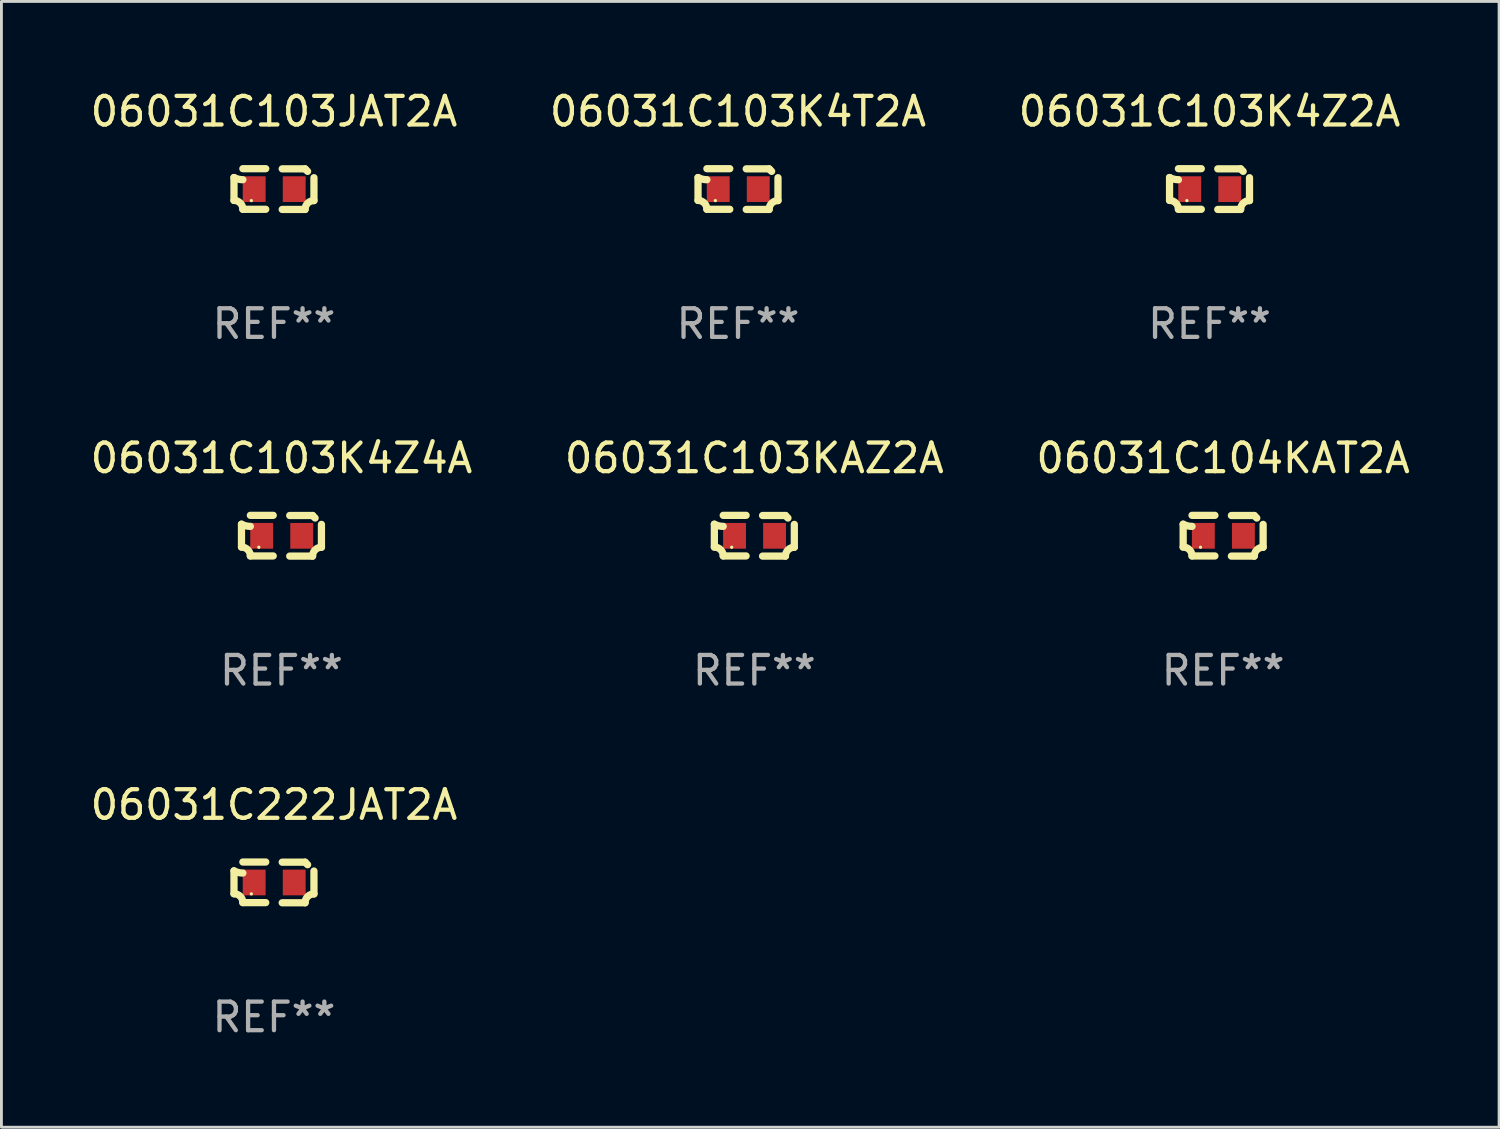
<source format=kicad_pcb>
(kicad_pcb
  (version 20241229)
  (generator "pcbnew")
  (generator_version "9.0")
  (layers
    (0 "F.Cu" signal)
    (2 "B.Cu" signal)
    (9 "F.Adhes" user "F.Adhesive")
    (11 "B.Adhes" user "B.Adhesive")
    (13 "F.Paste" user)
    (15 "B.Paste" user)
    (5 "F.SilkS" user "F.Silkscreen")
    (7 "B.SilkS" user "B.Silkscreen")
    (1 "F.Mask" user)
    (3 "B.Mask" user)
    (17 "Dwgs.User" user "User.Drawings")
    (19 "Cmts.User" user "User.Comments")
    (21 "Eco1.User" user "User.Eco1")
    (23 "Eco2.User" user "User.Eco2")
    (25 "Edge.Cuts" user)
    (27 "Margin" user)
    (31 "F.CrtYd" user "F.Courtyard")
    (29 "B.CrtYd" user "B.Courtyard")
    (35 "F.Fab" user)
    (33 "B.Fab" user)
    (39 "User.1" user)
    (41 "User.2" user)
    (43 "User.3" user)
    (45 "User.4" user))
  (footprint "06031C103KAZ2A"
    (layer "F.Cu")
    (at 23.327 15.683)
    (property "Reference" "06031C103KAZ2A" (at 0 -2.713 0) (layer "F.SilkS") (effects (font (size 1 1) (thickness 0.15))))
    (attr through_hole)
    (fp_line (start -1.398 -0.403) (end -1.398 0.397) (stroke (width 0.254) (type solid)) (layer "F.SilkS"))
    (fp_line (start -0.288 -0.713) (end -1.088 -0.713) (stroke (width 0.254) (type solid)) (layer "F.SilkS"))
    (fp_line (start -0.288 0.707) (end -1.088 0.707) (stroke (width 0.254) (type solid)) (layer "F.SilkS"))
    (fp_line (start 0.288 -0.707) (end 1.088 -0.707) (stroke (width 0.254) (type solid)) (layer "F.SilkS"))
    (fp_line (start 0.288 0.713) (end 1.088 0.713) (stroke (width 0.254) (type solid)) (layer "F.SilkS"))
    (fp_line (start 1.398 -0.397) (end 1.398 0.403) (stroke (width 0.254) (type solid)) (layer "F.SilkS"))
    (fp_arc (start -1.397789 0.397066) (mid -1.178701 0.487826) (end -1.08796 0.706922) (stroke (width 0.254001) (type solid)) (layer "F.SilkS"))
    (fp_arc (start -1.08796 -0.327176) (mid -1.247436 -0.346384) (end -1.39779 -0.402908) (stroke (width 0.254001) (type solid)) (layer "F.SilkS"))
    (fp_arc (start 1.087909 0.712738) (mid 1.178656 0.493655) (end 1.397739 0.402908) (stroke (width 0.254001) (type solid)) (layer "F.SilkS"))
    (fp_arc (start 1.175925 -0.618926) (mid 1.131917 -0.662923) (end 1.08791 -0.706922) (stroke (width 0.254001) (type solid)) (layer "F.SilkS"))
    (fp_circle (center -0.792 0.403) (end -0.762 0.403) (stroke (width 0.06) (type solid)) (fill no) (layer "F.SilkS"))
    (fp_text user "REF**" (at 0 4.713 0) (layer "F.Fab") (effects (font (size 1 1) (thickness 0.15))))
    (pad "1" smd rect (at -0.692 0.003) (size 0.8 0.9) (layers "F.Cu" "F.Mask" "F.Paste"))
    (pad "2" smd rect (at 0.708 0.003) (size 0.8 0.9) (layers "F.Cu" "F.Mask" "F.Paste")))
  (footprint "06031C103K4Z4A"
    (layer "F.Cu")
    (at 6.792 15.683)
    (property "Reference" "06031C103K4Z4A" (at 0 -2.713 0) (layer "F.SilkS") (effects (font (size 1 1) (thickness 0.15))))
    (attr through_hole)
    (fp_line (start -1.398 -0.403) (end -1.398 0.397) (stroke (width 0.254) (type solid)) (layer "F.SilkS"))
    (fp_line (start -0.288 -0.713) (end -1.088 -0.713) (stroke (width 0.254) (type solid)) (layer "F.SilkS"))
    (fp_line (start -0.288 0.707) (end -1.088 0.707) (stroke (width 0.254) (type solid)) (layer "F.SilkS"))
    (fp_line (start 0.288 -0.707) (end 1.088 -0.707) (stroke (width 0.254) (type solid)) (layer "F.SilkS"))
    (fp_line (start 0.288 0.713) (end 1.088 0.713) (stroke (width 0.254) (type solid)) (layer "F.SilkS"))
    (fp_line (start 1.398 -0.397) (end 1.398 0.403) (stroke (width 0.254) (type solid)) (layer "F.SilkS"))
    (fp_arc (start -1.397789 0.397066) (mid -1.178701 0.487826) (end -1.08796 0.706922) (stroke (width 0.254001) (type solid)) (layer "F.SilkS"))
    (fp_arc (start -1.08796 -0.327176) (mid -1.247436 -0.346384) (end -1.39779 -0.402908) (stroke (width 0.254001) (type solid)) (layer "F.SilkS"))
    (fp_arc (start 1.087909 0.712738) (mid 1.178656 0.493655) (end 1.397739 0.402908) (stroke (width 0.254001) (type solid)) (layer "F.SilkS"))
    (fp_arc (start 1.175925 -0.618926) (mid 1.131917 -0.662923) (end 1.08791 -0.706922) (stroke (width 0.254001) (type solid)) (layer "F.SilkS"))
    (fp_circle (center -0.792 0.403) (end -0.762 0.403) (stroke (width 0.06) (type solid)) (fill no) (layer "F.SilkS"))
    (fp_text user "REF**" (at 0 4.713 0) (layer "F.Fab") (effects (font (size 1 1) (thickness 0.15))))
    (pad "1" smd rect (at -0.692 0.003) (size 0.8 0.9) (layers "F.Cu" "F.Mask" "F.Paste"))
    (pad "2" smd rect (at 0.708 0.003) (size 0.8 0.9) (layers "F.Cu" "F.Mask" "F.Paste")))
  (footprint "06031C104KAT2A"
    (layer "F.Cu")
    (at 39.72 15.683)
    (property "Reference" "06031C104KAT2A" (at 0 -2.713 0) (layer "F.SilkS") (effects (font (size 1 1) (thickness 0.15))))
    (attr through_hole)
    (fp_line (start -1.398 -0.403) (end -1.398 0.397) (stroke (width 0.254) (type solid)) (layer "F.SilkS"))
    (fp_line (start -0.288 -0.713) (end -1.088 -0.713) (stroke (width 0.254) (type solid)) (layer "F.SilkS"))
    (fp_line (start -0.288 0.707) (end -1.088 0.707) (stroke (width 0.254) (type solid)) (layer "F.SilkS"))
    (fp_line (start 0.288 -0.707) (end 1.088 -0.707) (stroke (width 0.254) (type solid)) (layer "F.SilkS"))
    (fp_line (start 0.288 0.713) (end 1.088 0.713) (stroke (width 0.254) (type solid)) (layer "F.SilkS"))
    (fp_line (start 1.398 -0.397) (end 1.398 0.403) (stroke (width 0.254) (type solid)) (layer "F.SilkS"))
    (fp_arc (start -1.397789 0.397066) (mid -1.178701 0.487826) (end -1.08796 0.706922) (stroke (width 0.254001) (type solid)) (layer "F.SilkS"))
    (fp_arc (start -1.08796 -0.327176) (mid -1.247436 -0.346384) (end -1.39779 -0.402908) (stroke (width 0.254001) (type solid)) (layer "F.SilkS"))
    (fp_arc (start 1.087909 0.712738) (mid 1.178656 0.493655) (end 1.397739 0.402908) (stroke (width 0.254001) (type solid)) (layer "F.SilkS"))
    (fp_arc (start 1.175925 -0.618926) (mid 1.131917 -0.662923) (end 1.08791 -0.706922) (stroke (width 0.254001) (type solid)) (layer "F.SilkS"))
    (fp_circle (center -0.792 0.403) (end -0.762 0.403) (stroke (width 0.06) (type solid)) (fill no) (layer "F.SilkS"))
    (fp_text user "REF**" (at 0 4.713 0) (layer "F.Fab") (effects (font (size 1 1) (thickness 0.15))))
    (pad "1" smd rect (at -0.692 0.003) (size 0.8 0.9) (layers "F.Cu" "F.Mask" "F.Paste"))
    (pad "2" smd rect (at 0.708 0.003) (size 0.8 0.9) (layers "F.Cu" "F.Mask" "F.Paste")))
  (footprint "06031C103K4T2A"
    (layer "F.Cu")
    (at 22.756 3.561)
    (property "Reference" "06031C103K4T2A" (at 0 -2.713 0) (layer "F.SilkS") (effects (font (size 1 1) (thickness 0.15))))
    (attr through_hole)
    (fp_line (start -1.398 -0.403) (end -1.398 0.397) (stroke (width 0.254) (type solid)) (layer "F.SilkS"))
    (fp_line (start -0.288 -0.713) (end -1.088 -0.713) (stroke (width 0.254) (type solid)) (layer "F.SilkS"))
    (fp_line (start -0.288 0.707) (end -1.088 0.707) (stroke (width 0.254) (type solid)) (layer "F.SilkS"))
    (fp_line (start 0.288 -0.707) (end 1.088 -0.707) (stroke (width 0.254) (type solid)) (layer "F.SilkS"))
    (fp_line (start 0.288 0.713) (end 1.088 0.713) (stroke (width 0.254) (type solid)) (layer "F.SilkS"))
    (fp_line (start 1.398 -0.397) (end 1.398 0.403) (stroke (width 0.254) (type solid)) (layer "F.SilkS"))
    (fp_arc (start -1.397789 0.397066) (mid -1.178701 0.487826) (end -1.08796 0.706922) (stroke (width 0.254001) (type solid)) (layer "F.SilkS"))
    (fp_arc (start -1.08796 -0.327176) (mid -1.247436 -0.346384) (end -1.39779 -0.402908) (stroke (width 0.254001) (type solid)) (layer "F.SilkS"))
    (fp_arc (start 1.087909 0.712738) (mid 1.178656 0.493655) (end 1.397739 0.402908) (stroke (width 0.254001) (type solid)) (layer "F.SilkS"))
    (fp_arc (start 1.175925 -0.618926) (mid 1.131917 -0.662923) (end 1.08791 -0.706922) (stroke (width 0.254001) (type solid)) (layer "F.SilkS"))
    (fp_circle (center -0.792 0.403) (end -0.762 0.403) (stroke (width 0.06) (type solid)) (fill no) (layer "F.SilkS"))
    (fp_text user "REF**" (at 0 4.713 0) (layer "F.Fab") (effects (font (size 1 1) (thickness 0.15))))
    (pad "1" smd rect (at -0.692 0.003) (size 0.8 0.9) (layers "F.Cu" "F.Mask" "F.Paste"))
    (pad "2" smd rect (at 0.708 0.003) (size 0.8 0.9) (layers "F.Cu" "F.Mask" "F.Paste")))
  (footprint "06031C103JAT2A"
    (layer "F.Cu")
    (at 6.53 3.561)
    (property "Reference" "06031C103JAT2A" (at 0 -2.713 0) (layer "F.SilkS") (effects (font (size 1 1) (thickness 0.15))))
    (attr through_hole)
    (fp_line (start -1.398 -0.403) (end -1.398 0.397) (stroke (width 0.254) (type solid)) (layer "F.SilkS"))
    (fp_line (start -0.288 -0.713) (end -1.088 -0.713) (stroke (width 0.254) (type solid)) (layer "F.SilkS"))
    (fp_line (start -0.288 0.707) (end -1.088 0.707) (stroke (width 0.254) (type solid)) (layer "F.SilkS"))
    (fp_line (start 0.288 -0.707) (end 1.088 -0.707) (stroke (width 0.254) (type solid)) (layer "F.SilkS"))
    (fp_line (start 0.288 0.713) (end 1.088 0.713) (stroke (width 0.254) (type solid)) (layer "F.SilkS"))
    (fp_line (start 1.398 -0.397) (end 1.398 0.403) (stroke (width 0.254) (type solid)) (layer "F.SilkS"))
    (fp_arc (start -1.397789 0.397066) (mid -1.178701 0.487826) (end -1.08796 0.706922) (stroke (width 0.254001) (type solid)) (layer "F.SilkS"))
    (fp_arc (start -1.08796 -0.327176) (mid -1.247436 -0.346384) (end -1.39779 -0.402908) (stroke (width 0.254001) (type solid)) (layer "F.SilkS"))
    (fp_arc (start 1.087909 0.712738) (mid 1.178656 0.493655) (end 1.397739 0.402908) (stroke (width 0.254001) (type solid)) (layer "F.SilkS"))
    (fp_arc (start 1.175925 -0.618926) (mid 1.131917 -0.662923) (end 1.08791 -0.706922) (stroke (width 0.254001) (type solid)) (layer "F.SilkS"))
    (fp_circle (center -0.792 0.403) (end -0.762 0.403) (stroke (width 0.06) (type solid)) (fill no) (layer "F.SilkS"))
    (fp_text user "REF**" (at 0 4.713 0) (layer "F.Fab") (effects (font (size 1 1) (thickness 0.15))))
    (pad "1" smd rect (at -0.692 0.003) (size 0.8 0.9) (layers "F.Cu" "F.Mask" "F.Paste"))
    (pad "2" smd rect (at 0.708 0.003) (size 0.8 0.9) (layers "F.Cu" "F.Mask" "F.Paste")))
  (footprint "06031C222JAT2A"
    (layer "F.Cu")
    (at 6.53 27.805)
    (property "Reference" "06031C222JAT2A" (at 0 -2.713 0) (layer "F.SilkS") (effects (font (size 1 1) (thickness 0.15))))
    (attr through_hole)
    (fp_line (start -1.398 -0.403) (end -1.398 0.397) (stroke (width 0.254) (type solid)) (layer "F.SilkS"))
    (fp_line (start -0.288 -0.713) (end -1.088 -0.713) (stroke (width 0.254) (type solid)) (layer "F.SilkS"))
    (fp_line (start -0.288 0.707) (end -1.088 0.707) (stroke (width 0.254) (type solid)) (layer "F.SilkS"))
    (fp_line (start 0.288 -0.707) (end 1.088 -0.707) (stroke (width 0.254) (type solid)) (layer "F.SilkS"))
    (fp_line (start 0.288 0.713) (end 1.088 0.713) (stroke (width 0.254) (type solid)) (layer "F.SilkS"))
    (fp_line (start 1.398 -0.397) (end 1.398 0.403) (stroke (width 0.254) (type solid)) (layer "F.SilkS"))
    (fp_arc (start -1.397789 0.397066) (mid -1.178701 0.487826) (end -1.08796 0.706922) (stroke (width 0.254001) (type solid)) (layer "F.SilkS"))
    (fp_arc (start -1.08796 -0.327176) (mid -1.247436 -0.346384) (end -1.39779 -0.402908) (stroke (width 0.254001) (type solid)) (layer "F.SilkS"))
    (fp_arc (start 1.087909 0.712738) (mid 1.178656 0.493655) (end 1.397739 0.402908) (stroke (width 0.254001) (type solid)) (layer "F.SilkS"))
    (fp_arc (start 1.175925 -0.618926) (mid 1.131917 -0.662923) (end 1.08791 -0.706922) (stroke (width 0.254001) (type solid)) (layer "F.SilkS"))
    (fp_circle (center -0.792 0.403) (end -0.762 0.403) (stroke (width 0.06) (type solid)) (fill no) (layer "F.SilkS"))
    (fp_text user "REF**" (at 0 4.713 0) (layer "F.Fab") (effects (font (size 1 1) (thickness 0.15))))
    (pad "1" smd rect (at -0.692 0.003) (size 0.8 0.9) (layers "F.Cu" "F.Mask" "F.Paste"))
    (pad "2" smd rect (at 0.708 0.003) (size 0.8 0.9) (layers "F.Cu" "F.Mask" "F.Paste")))
  (footprint "06031C103K4Z2A"
    (layer "F.Cu")
    (at 39.244 3.561)
    (property "Reference" "06031C103K4Z2A" (at 0 -2.713 0) (layer "F.SilkS") (effects (font (size 1 1) (thickness 0.15))))
    (attr through_hole)
    (fp_line (start -1.398 -0.403) (end -1.398 0.397) (stroke (width 0.254) (type solid)) (layer "F.SilkS"))
    (fp_line (start -0.288 -0.713) (end -1.088 -0.713) (stroke (width 0.254) (type solid)) (layer "F.SilkS"))
    (fp_line (start -0.288 0.707) (end -1.088 0.707) (stroke (width 0.254) (type solid)) (layer "F.SilkS"))
    (fp_line (start 0.288 -0.707) (end 1.088 -0.707) (stroke (width 0.254) (type solid)) (layer "F.SilkS"))
    (fp_line (start 0.288 0.713) (end 1.088 0.713) (stroke (width 0.254) (type solid)) (layer "F.SilkS"))
    (fp_line (start 1.398 -0.397) (end 1.398 0.403) (stroke (width 0.254) (type solid)) (layer "F.SilkS"))
    (fp_arc (start -1.397789 0.397066) (mid -1.178701 0.487826) (end -1.08796 0.706922) (stroke (width 0.254001) (type solid)) (layer "F.SilkS"))
    (fp_arc (start -1.08796 -0.327176) (mid -1.247436 -0.346384) (end -1.39779 -0.402908) (stroke (width 0.254001) (type solid)) (layer "F.SilkS"))
    (fp_arc (start 1.087909 0.712738) (mid 1.178656 0.493655) (end 1.397739 0.402908) (stroke (width 0.254001) (type solid)) (layer "F.SilkS"))
    (fp_arc (start 1.175925 -0.618926) (mid 1.131917 -0.662923) (end 1.08791 -0.706922) (stroke (width 0.254001) (type solid)) (layer "F.SilkS"))
    (fp_circle (center -0.792 0.403) (end -0.762 0.403) (stroke (width 0.06) (type solid)) (fill no) (layer "F.SilkS"))
    (fp_text user "REF**" (at 0 4.713 0) (layer "F.Fab") (effects (font (size 1 1) (thickness 0.15))))
    (pad "1" smd rect (at -0.692 0.003) (size 0.8 0.9) (layers "F.Cu" "F.Mask" "F.Paste"))
    (pad "2" smd rect (at 0.708 0.003) (size 0.8 0.9) (layers "F.Cu" "F.Mask" "F.Paste")))
  (gr_rect
    (start -3 -3)
    (end 49.369 36.366)
    (stroke (width 0.1) (type default))
    (fill no)
    (layer "Edge.Cuts")))
</source>
